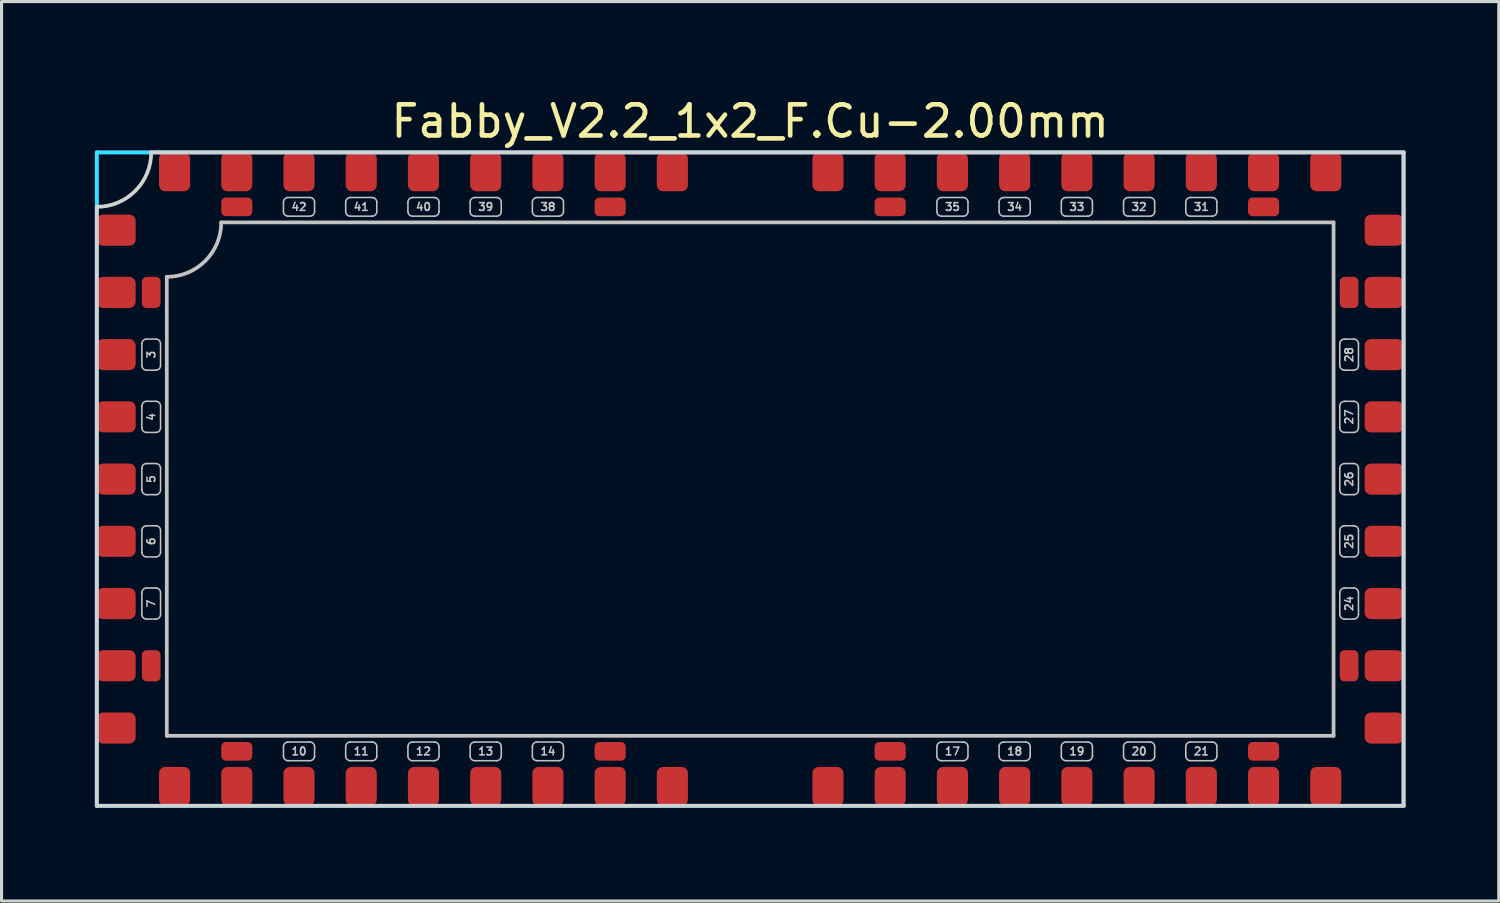
<source format=kicad_pcb>
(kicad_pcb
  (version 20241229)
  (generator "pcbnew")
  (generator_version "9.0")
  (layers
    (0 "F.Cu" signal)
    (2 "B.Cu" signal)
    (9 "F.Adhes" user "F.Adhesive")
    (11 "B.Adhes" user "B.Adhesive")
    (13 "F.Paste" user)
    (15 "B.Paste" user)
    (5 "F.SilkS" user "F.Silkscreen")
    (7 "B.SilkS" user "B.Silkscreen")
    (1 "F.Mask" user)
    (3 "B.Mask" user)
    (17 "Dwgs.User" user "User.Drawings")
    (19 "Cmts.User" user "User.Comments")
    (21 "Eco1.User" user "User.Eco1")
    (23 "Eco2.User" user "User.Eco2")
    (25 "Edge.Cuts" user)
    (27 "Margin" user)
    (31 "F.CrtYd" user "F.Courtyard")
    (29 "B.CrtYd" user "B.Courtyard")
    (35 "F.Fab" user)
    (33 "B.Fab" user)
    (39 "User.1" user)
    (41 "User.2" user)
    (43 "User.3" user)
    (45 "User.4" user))
  (footprint "Fabby_V2.2_1x2_F.Cu-2.00mm"
    (layer "F.Cu")
    (at 21.06 12.348)
    (property "Reference" "Fabby_V2.2_1x2_F.Cu-2.00mm" (at 0 -11.5 0) (layer "F.SilkS") (effects (font (size 1 1) (thickness 0.15))))
    (attr through_hole)
    (fp_line (start -19.55 -3.65) (end -19.55 -4.35) (stroke (width 0.05) (type solid)) (layer "Dwgs.User"))
    (fp_line (start -19.55 -1.65) (end -19.55 -2.35) (stroke (width 0.05) (type solid)) (layer "Dwgs.User"))
    (fp_line (start -19.55 0.35) (end -19.55 -0.35) (stroke (width 0.05) (type solid)) (layer "Dwgs.User"))
    (fp_line (start -19.55 2.35) (end -19.55 1.65) (stroke (width 0.05) (type solid)) (layer "Dwgs.User"))
    (fp_line (start -19.55 4.35) (end -19.55 3.65) (stroke (width 0.05) (type solid)) (layer "Dwgs.User"))
    (fp_line (start -19.4 -4.5) (end -19.1 -4.5) (stroke (width 0.05) (type solid)) (layer "Dwgs.User"))
    (fp_line (start -19.4 -3.5) (end -19.1 -3.5) (stroke (width 0.05) (type solid)) (layer "Dwgs.User"))
    (fp_line (start -19.4 -2.5) (end -19.1 -2.5) (stroke (width 0.05) (type solid)) (layer "Dwgs.User"))
    (fp_line (start -19.4 -1.5) (end -19.1 -1.5) (stroke (width 0.05) (type solid)) (layer "Dwgs.User"))
    (fp_line (start -19.4 -0.5) (end -19.1 -0.5) (stroke (width 0.05) (type solid)) (layer "Dwgs.User"))
    (fp_line (start -19.4 0.5) (end -19.1 0.5) (stroke (width 0.05) (type solid)) (layer "Dwgs.User"))
    (fp_line (start -19.4 1.5) (end -19.1 1.5) (stroke (width 0.05) (type solid)) (layer "Dwgs.User"))
    (fp_line (start -19.4 2.5) (end -19.1 2.5) (stroke (width 0.05) (type solid)) (layer "Dwgs.User"))
    (fp_line (start -19.4 3.5) (end -19.1 3.5) (stroke (width 0.05) (type solid)) (layer "Dwgs.User"))
    (fp_line (start -19.4 4.5) (end -19.1 4.5) (stroke (width 0.05) (type solid)) (layer "Dwgs.User"))
    (fp_line (start -18.95 -3.65) (end -18.95 -4.35) (stroke (width 0.05) (type solid)) (layer "Dwgs.User"))
    (fp_line (start -18.95 -1.65) (end -18.95 -2.35) (stroke (width 0.05) (type solid)) (layer "Dwgs.User"))
    (fp_line (start -18.95 0.35) (end -18.95 -0.35) (stroke (width 0.05) (type solid)) (layer "Dwgs.User"))
    (fp_line (start -18.95 2.35) (end -18.95 1.65) (stroke (width 0.05) (type solid)) (layer "Dwgs.User"))
    (fp_line (start -18.95 4.35) (end -18.95 3.65) (stroke (width 0.05) (type solid)) (layer "Dwgs.User"))
    (fp_line (start -18.75 8.25) (end -18.75 -6.5) (stroke (width 0.12) (type solid)) (layer "Dwgs.User"))
    (fp_line (start -17 -8.25) (end 18.75 -8.25) (stroke (width 0.12) (type solid)) (layer "Dwgs.User"))
    (fp_line (start -15 -8.6) (end -15 -8.9) (stroke (width 0.05) (type solid)) (layer "Dwgs.User"))
    (fp_line (start -15 8.6) (end -15 8.9) (stroke (width 0.05) (type solid)) (layer "Dwgs.User"))
    (fp_line (start -14.85 8.45) (end -14.15 8.45) (stroke (width 0.05) (type solid)) (layer "Dwgs.User"))
    (fp_line (start -14.85 9.05) (end -14.15 9.05) (stroke (width 0.05) (type solid)) (layer "Dwgs.User"))
    (fp_line (start -14.15 -9.05) (end -14.85 -9.05) (stroke (width 0.05) (type solid)) (layer "Dwgs.User"))
    (fp_line (start -14.15 -8.45) (end -14.85 -8.45) (stroke (width 0.05) (type solid)) (layer "Dwgs.User"))
    (fp_line (start -14 -8.6) (end -14 -8.9) (stroke (width 0.05) (type solid)) (layer "Dwgs.User"))
    (fp_line (start -14 8.6) (end -14 8.9) (stroke (width 0.05) (type solid)) (layer "Dwgs.User"))
    (fp_line (start -13 -8.6) (end -13 -8.9) (stroke (width 0.05) (type solid)) (layer "Dwgs.User"))
    (fp_line (start -13 8.6) (end -13 8.9) (stroke (width 0.05) (type solid)) (layer "Dwgs.User"))
    (fp_line (start -12.85 8.45) (end -12.15 8.45) (stroke (width 0.05) (type solid)) (layer "Dwgs.User"))
    (fp_line (start -12.85 9.05) (end -12.15 9.05) (stroke (width 0.05) (type solid)) (layer "Dwgs.User"))
    (fp_line (start -12.15 -9.05) (end -12.85 -9.05) (stroke (width 0.05) (type solid)) (layer "Dwgs.User"))
    (fp_line (start -12.15 -8.45) (end -12.85 -8.45) (stroke (width 0.05) (type solid)) (layer "Dwgs.User"))
    (fp_line (start -12 -8.6) (end -12 -8.9) (stroke (width 0.05) (type solid)) (layer "Dwgs.User"))
    (fp_line (start -12 8.6) (end -12 8.9) (stroke (width 0.05) (type solid)) (layer "Dwgs.User"))
    (fp_line (start -11 -8.6) (end -11 -8.9) (stroke (width 0.05) (type solid)) (layer "Dwgs.User"))
    (fp_line (start -11 8.6) (end -11 8.9) (stroke (width 0.05) (type solid)) (layer "Dwgs.User"))
    (fp_line (start -10.85 8.45) (end -10.15 8.45) (stroke (width 0.05) (type solid)) (layer "Dwgs.User"))
    (fp_line (start -10.85 9.05) (end -10.15 9.05) (stroke (width 0.05) (type solid)) (layer "Dwgs.User"))
    (fp_line (start -10.15 -9.05) (end -10.85 -9.05) (stroke (width 0.05) (type solid)) (layer "Dwgs.User"))
    (fp_line (start -10.15 -8.45) (end -10.85 -8.45) (stroke (width 0.05) (type solid)) (layer "Dwgs.User"))
    (fp_line (start -10 -8.6) (end -10 -8.9) (stroke (width 0.05) (type solid)) (layer "Dwgs.User"))
    (fp_line (start -10 8.6) (end -10 8.9) (stroke (width 0.05) (type solid)) (layer "Dwgs.User"))
    (fp_line (start -9 -8.6) (end -9 -8.9) (stroke (width 0.05) (type solid)) (layer "Dwgs.User"))
    (fp_line (start -9 8.6) (end -9 8.9) (stroke (width 0.05) (type solid)) (layer "Dwgs.User"))
    (fp_line (start -8.85 8.45) (end -8.15 8.45) (stroke (width 0.05) (type solid)) (layer "Dwgs.User"))
    (fp_line (start -8.85 9.05) (end -8.15 9.05) (stroke (width 0.05) (type solid)) (layer "Dwgs.User"))
    (fp_line (start -8.15 -9.05) (end -8.85 -9.05) (stroke (width 0.05) (type solid)) (layer "Dwgs.User"))
    (fp_line (start -8.15 -8.45) (end -8.85 -8.45) (stroke (width 0.05) (type solid)) (layer "Dwgs.User"))
    (fp_line (start -8 -8.6) (end -8 -8.9) (stroke (width 0.05) (type solid)) (layer "Dwgs.User"))
    (fp_line (start -8 8.6) (end -8 8.9) (stroke (width 0.05) (type solid)) (layer "Dwgs.User"))
    (fp_line (start -7 -8.6) (end -7 -8.9) (stroke (width 0.05) (type solid)) (layer "Dwgs.User"))
    (fp_line (start -7 8.6) (end -7 8.9) (stroke (width 0.05) (type solid)) (layer "Dwgs.User"))
    (fp_line (start -6.85 8.45) (end -6.15 8.45) (stroke (width 0.05) (type solid)) (layer "Dwgs.User"))
    (fp_line (start -6.85 9.05) (end -6.15 9.05) (stroke (width 0.05) (type solid)) (layer "Dwgs.User"))
    (fp_line (start -6.15 -9.05) (end -6.85 -9.05) (stroke (width 0.05) (type solid)) (layer "Dwgs.User"))
    (fp_line (start -6.15 -8.45) (end -6.85 -8.45) (stroke (width 0.05) (type solid)) (layer "Dwgs.User"))
    (fp_line (start -6 -8.6) (end -6 -8.9) (stroke (width 0.05) (type solid)) (layer "Dwgs.User"))
    (fp_line (start -6 8.6) (end -6 8.9) (stroke (width 0.05) (type solid)) (layer "Dwgs.User"))
    (fp_line (start 6 -8.6) (end 6 -8.9) (stroke (width 0.05) (type solid)) (layer "Dwgs.User"))
    (fp_line (start 6 8.9) (end 6 8.6) (stroke (width 0.05) (type solid)) (layer "Dwgs.User"))
    (fp_line (start 6.85 -9.05) (end 6.15 -9.05) (stroke (width 0.05) (type solid)) (layer "Dwgs.User"))
    (fp_line (start 6.85 -8.45) (end 6.15 -8.45) (stroke (width 0.05) (type solid)) (layer "Dwgs.User"))
    (fp_line (start 6.85 8.45) (end 6.15 8.45) (stroke (width 0.05) (type solid)) (layer "Dwgs.User"))
    (fp_line (start 6.85 9.05) (end 6.15 9.05) (stroke (width 0.05) (type solid)) (layer "Dwgs.User"))
    (fp_line (start 7 -8.6) (end 7 -8.9) (stroke (width 0.05) (type solid)) (layer "Dwgs.User"))
    (fp_line (start 7 8.9) (end 7 8.6) (stroke (width 0.05) (type solid)) (layer "Dwgs.User"))
    (fp_line (start 8 -8.6) (end 8 -8.9) (stroke (width 0.05) (type solid)) (layer "Dwgs.User"))
    (fp_line (start 8 8.9) (end 8 8.6) (stroke (width 0.05) (type solid)) (layer "Dwgs.User"))
    (fp_line (start 8.85 -9.05) (end 8.15 -9.05) (stroke (width 0.05) (type solid)) (layer "Dwgs.User"))
    (fp_line (start 8.85 -8.45) (end 8.15 -8.45) (stroke (width 0.05) (type solid)) (layer "Dwgs.User"))
    (fp_line (start 8.85 8.45) (end 8.15 8.45) (stroke (width 0.05) (type solid)) (layer "Dwgs.User"))
    (fp_line (start 8.85 9.05) (end 8.15 9.05) (stroke (width 0.05) (type solid)) (layer "Dwgs.User"))
    (fp_line (start 9 -8.6) (end 9 -8.9) (stroke (width 0.05) (type solid)) (layer "Dwgs.User"))
    (fp_line (start 9 8.9) (end 9 8.6) (stroke (width 0.05) (type solid)) (layer "Dwgs.User"))
    (fp_line (start 10 -8.6) (end 10 -8.9) (stroke (width 0.05) (type solid)) (layer "Dwgs.User"))
    (fp_line (start 10 8.9) (end 10 8.6) (stroke (width 0.05) (type solid)) (layer "Dwgs.User"))
    (fp_line (start 10.85 -9.05) (end 10.15 -9.05) (stroke (width 0.05) (type solid)) (layer "Dwgs.User"))
    (fp_line (start 10.85 -8.45) (end 10.15 -8.45) (stroke (width 0.05) (type solid)) (layer "Dwgs.User"))
    (fp_line (start 10.85 8.45) (end 10.15 8.45) (stroke (width 0.05) (type solid)) (layer "Dwgs.User"))
    (fp_line (start 10.85 9.05) (end 10.15 9.05) (stroke (width 0.05) (type solid)) (layer "Dwgs.User"))
    (fp_line (start 11 -8.6) (end 11 -8.9) (stroke (width 0.05) (type solid)) (layer "Dwgs.User"))
    (fp_line (start 11 8.9) (end 11 8.6) (stroke (width 0.05) (type solid)) (layer "Dwgs.User"))
    (fp_line (start 12 -8.6) (end 12 -8.9) (stroke (width 0.05) (type solid)) (layer "Dwgs.User"))
    (fp_line (start 12 8.9) (end 12 8.6) (stroke (width 0.05) (type solid)) (layer "Dwgs.User"))
    (fp_line (start 12.85 -9.05) (end 12.15 -9.05) (stroke (width 0.05) (type solid)) (layer "Dwgs.User"))
    (fp_line (start 12.85 -8.45) (end 12.15 -8.45) (stroke (width 0.05) (type solid)) (layer "Dwgs.User"))
    (fp_line (start 12.85 8.45) (end 12.15 8.45) (stroke (width 0.05) (type solid)) (layer "Dwgs.User"))
    (fp_line (start 12.85 9.05) (end 12.15 9.05) (stroke (width 0.05) (type solid)) (layer "Dwgs.User"))
    (fp_line (start 13 -8.6) (end 13 -8.9) (stroke (width 0.05) (type solid)) (layer "Dwgs.User"))
    (fp_line (start 13 8.9) (end 13 8.6) (stroke (width 0.05) (type solid)) (layer "Dwgs.User"))
    (fp_line (start 14 -8.6) (end 14 -8.9) (stroke (width 0.05) (type solid)) (layer "Dwgs.User"))
    (fp_line (start 14 8.9) (end 14 8.6) (stroke (width 0.05) (type solid)) (layer "Dwgs.User"))
    (fp_line (start 14.85 -9.05) (end 14.15 -9.05) (stroke (width 0.05) (type solid)) (layer "Dwgs.User"))
    (fp_line (start 14.85 -8.45) (end 14.15 -8.45) (stroke (width 0.05) (type solid)) (layer "Dwgs.User"))
    (fp_line (start 14.85 8.45) (end 14.15 8.45) (stroke (width 0.05) (type solid)) (layer "Dwgs.User"))
    (fp_line (start 14.85 9.05) (end 14.15 9.05) (stroke (width 0.05) (type solid)) (layer "Dwgs.User"))
    (fp_line (start 15 -8.6) (end 15 -8.9) (stroke (width 0.05) (type solid)) (layer "Dwgs.User"))
    (fp_line (start 15 8.9) (end 15 8.6) (stroke (width 0.05) (type solid)) (layer "Dwgs.User"))
    (fp_line (start 18.75 -8.25) (end 18.75 8.25) (stroke (width 0.12) (type solid)) (layer "Dwgs.User"))
    (fp_line (start 18.75 8.25) (end -18.75 8.25) (stroke (width 0.12) (type solid)) (layer "Dwgs.User"))
    (fp_line (start 18.95 -4.35) (end 18.95 -3.65) (stroke (width 0.05) (type solid)) (layer "Dwgs.User"))
    (fp_line (start 18.95 -2.35) (end 18.95 -1.65) (stroke (width 0.05) (type solid)) (layer "Dwgs.User"))
    (fp_line (start 18.95 -0.35) (end 18.95 0.35) (stroke (width 0.05) (type solid)) (layer "Dwgs.User"))
    (fp_line (start 18.95 1.65) (end 18.95 2.35) (stroke (width 0.05) (type solid)) (layer "Dwgs.User"))
    (fp_line (start 18.95 3.65) (end 18.95 4.35) (stroke (width 0.05) (type solid)) (layer "Dwgs.User"))
    (fp_line (start 19.4 -4.5) (end 19.1 -4.5) (stroke (width 0.05) (type solid)) (layer "Dwgs.User"))
    (fp_line (start 19.4 -3.5) (end 19.1 -3.5) (stroke (width 0.05) (type solid)) (layer "Dwgs.User"))
    (fp_line (start 19.4 -2.5) (end 19.1 -2.5) (stroke (width 0.05) (type solid)) (layer "Dwgs.User"))
    (fp_line (start 19.4 -1.5) (end 19.1 -1.5) (stroke (width 0.05) (type solid)) (layer "Dwgs.User"))
    (fp_line (start 19.4 -0.5) (end 19.1 -0.5) (stroke (width 0.05) (type solid)) (layer "Dwgs.User"))
    (fp_line (start 19.4 0.5) (end 19.1 0.5) (stroke (width 0.05) (type solid)) (layer "Dwgs.User"))
    (fp_line (start 19.4 1.5) (end 19.1 1.5) (stroke (width 0.05) (type solid)) (layer "Dwgs.User"))
    (fp_line (start 19.4 2.5) (end 19.1 2.5) (stroke (width 0.05) (type solid)) (layer "Dwgs.User"))
    (fp_line (start 19.4 3.5) (end 19.1 3.5) (stroke (width 0.05) (type solid)) (layer "Dwgs.User"))
    (fp_line (start 19.4 4.5) (end 19.1 4.5) (stroke (width 0.05) (type solid)) (layer "Dwgs.User"))
    (fp_line (start 19.55 -4.35) (end 19.55 -3.65) (stroke (width 0.05) (type solid)) (layer "Dwgs.User"))
    (fp_line (start 19.55 -2.35) (end 19.55 -1.65) (stroke (width 0.05) (type solid)) (layer "Dwgs.User"))
    (fp_line (start 19.55 -0.35) (end 19.55 0.35) (stroke (width 0.05) (type solid)) (layer "Dwgs.User"))
    (fp_line (start 19.55 1.65) (end 19.55 2.35) (stroke (width 0.05) (type solid)) (layer "Dwgs.User"))
    (fp_line (start 19.55 3.65) (end 19.55 4.35) (stroke (width 0.05) (type solid)) (layer "Dwgs.User"))
    (fp_arc (start -19.55 -4.35) (mid -19.506066 -4.456066) (end -19.4 -4.5) (stroke (width 0.05) (type solid)) (layer "Dwgs.User"))
    (fp_arc (start -19.55 -2.35) (mid -19.506066 -2.456066) (end -19.4 -2.5) (stroke (width 0.05) (type solid)) (layer "Dwgs.User"))
    (fp_arc (start -19.55 -0.35) (mid -19.506066 -0.456066) (end -19.4 -0.5) (stroke (width 0.05) (type solid)) (layer "Dwgs.User"))
    (fp_arc (start -19.55 1.65) (mid -19.506066 1.543934) (end -19.4 1.5) (stroke (width 0.05) (type solid)) (layer "Dwgs.User"))
    (fp_arc (start -19.55 3.65) (mid -19.506066 3.543934) (end -19.4 3.5) (stroke (width 0.05) (type solid)) (layer "Dwgs.User"))
    (fp_arc (start -19.4 -3.5) (mid -19.506066 -3.543934) (end -19.55 -3.65) (stroke (width 0.05) (type solid)) (layer "Dwgs.User"))
    (fp_arc (start -19.4 -1.5) (mid -19.506066 -1.543934) (end -19.55 -1.65) (stroke (width 0.05) (type solid)) (layer "Dwgs.User"))
    (fp_arc (start -19.4 0.5) (mid -19.506066 0.456066) (end -19.55 0.35) (stroke (width 0.05) (type solid)) (layer "Dwgs.User"))
    (fp_arc (start -19.4 2.5) (mid -19.506066 2.456066) (end -19.55 2.35) (stroke (width 0.05) (type solid)) (layer "Dwgs.User"))
    (fp_arc (start -19.4 4.5) (mid -19.506066 4.456066) (end -19.55 4.35) (stroke (width 0.05) (type solid)) (layer "Dwgs.User"))
    (fp_arc (start -19.1 -4.5) (mid -18.993934 -4.456066) (end -18.95 -4.35) (stroke (width 0.05) (type solid)) (layer "Dwgs.User"))
    (fp_arc (start -19.1 -2.5) (mid -18.993934 -2.456066) (end -18.95 -2.35) (stroke (width 0.05) (type solid)) (layer "Dwgs.User"))
    (fp_arc (start -19.1 -0.5) (mid -18.993934 -0.456066) (end -18.95 -0.35) (stroke (width 0.05) (type solid)) (layer "Dwgs.User"))
    (fp_arc (start -19.1 1.5) (mid -18.993934 1.543934) (end -18.95 1.65) (stroke (width 0.05) (type solid)) (layer "Dwgs.User"))
    (fp_arc (start -19.1 3.5) (mid -18.993934 3.543934) (end -18.95 3.65) (stroke (width 0.05) (type solid)) (layer "Dwgs.User"))
    (fp_arc (start -18.95 -3.65) (mid -18.993934 -3.543934) (end -19.1 -3.5) (stroke (width 0.05) (type solid)) (layer "Dwgs.User"))
    (fp_arc (start -18.95 -1.65) (mid -18.993934 -1.543934) (end -19.1 -1.5) (stroke (width 0.05) (type solid)) (layer "Dwgs.User"))
    (fp_arc (start -18.95 0.35) (mid -18.993934 0.456066) (end -19.1 0.5) (stroke (width 0.05) (type solid)) (layer "Dwgs.User"))
    (fp_arc (start -18.95 2.35) (mid -18.993934 2.456066) (end -19.1 2.5) (stroke (width 0.05) (type solid)) (layer "Dwgs.User"))
    (fp_arc (start -18.95 4.35) (mid -18.993934 4.456066) (end -19.1 4.5) (stroke (width 0.05) (type solid)) (layer "Dwgs.User"))
    (fp_arc (start -17 -8.25) (mid -17.512563 -7.012563) (end -18.75 -6.5) (stroke (width 0.12) (type solid)) (layer "Dwgs.User"))
    (fp_arc (start -15 -8.9) (mid -14.956066 -9.006066) (end -14.85 -9.05) (stroke (width 0.05) (type solid)) (layer "Dwgs.User"))
    (fp_arc (start -15 8.6) (mid -14.956066 8.493934) (end -14.85 8.45) (stroke (width 0.05) (type solid)) (layer "Dwgs.User"))
    (fp_arc (start -14.85 -8.45) (mid -14.956066 -8.493934) (end -15 -8.6) (stroke (width 0.05) (type solid)) (layer "Dwgs.User"))
    (fp_arc (start -14.85 9.05) (mid -14.956066 9.006066) (end -15 8.9) (stroke (width 0.05) (type solid)) (layer "Dwgs.User"))
    (fp_arc (start -14.15 -9.05) (mid -14.043934 -9.006066) (end -14 -8.9) (stroke (width 0.05) (type solid)) (layer "Dwgs.User"))
    (fp_arc (start -14.15 8.45) (mid -14.043934 8.493934) (end -14 8.6) (stroke (width 0.05) (type solid)) (layer "Dwgs.User"))
    (fp_arc (start -14 -8.6) (mid -14.043934 -8.493934) (end -14.15 -8.45) (stroke (width 0.05) (type solid)) (layer "Dwgs.User"))
    (fp_arc (start -14 8.9) (mid -14.043934 9.006066) (end -14.15 9.05) (stroke (width 0.05) (type solid)) (layer "Dwgs.User"))
    (fp_arc (start -13 -8.9) (mid -12.956066 -9.006066) (end -12.85 -9.05) (stroke (width 0.05) (type solid)) (layer "Dwgs.User"))
    (fp_arc (start -13 8.6) (mid -12.956066 8.493934) (end -12.85 8.45) (stroke (width 0.05) (type solid)) (layer "Dwgs.User"))
    (fp_arc (start -12.85 -8.45) (mid -12.956066 -8.493934) (end -13 -8.6) (stroke (width 0.05) (type solid)) (layer "Dwgs.User"))
    (fp_arc (start -12.85 9.05) (mid -12.956066 9.006066) (end -13 8.9) (stroke (width 0.05) (type solid)) (layer "Dwgs.User"))
    (fp_arc (start -12.15 -9.05) (mid -12.043934 -9.006066) (end -12 -8.9) (stroke (width 0.05) (type solid)) (layer "Dwgs.User"))
    (fp_arc (start -12.15 8.45) (mid -12.043934 8.493934) (end -12 8.6) (stroke (width 0.05) (type solid)) (layer "Dwgs.User"))
    (fp_arc (start -12 -8.6) (mid -12.043934 -8.493934) (end -12.15 -8.45) (stroke (width 0.05) (type solid)) (layer "Dwgs.User"))
    (fp_arc (start -12 8.9) (mid -12.043934 9.006066) (end -12.15 9.05) (stroke (width 0.05) (type solid)) (layer "Dwgs.User"))
    (fp_arc (start -11 -8.9) (mid -10.956066 -9.006066) (end -10.85 -9.05) (stroke (width 0.05) (type solid)) (layer "Dwgs.User"))
    (fp_arc (start -11 8.6) (mid -10.956066 8.493934) (end -10.85 8.45) (stroke (width 0.05) (type solid)) (layer "Dwgs.User"))
    (fp_arc (start -10.85 -8.45) (mid -10.956066 -8.493934) (end -11 -8.6) (stroke (width 0.05) (type solid)) (layer "Dwgs.User"))
    (fp_arc (start -10.85 9.05) (mid -10.956066 9.006066) (end -11 8.9) (stroke (width 0.05) (type solid)) (layer "Dwgs.User"))
    (fp_arc (start -10.15 -9.05) (mid -10.043934 -9.006066) (end -10 -8.9) (stroke (width 0.05) (type solid)) (layer "Dwgs.User"))
    (fp_arc (start -10.15 8.45) (mid -10.043934 8.493934) (end -10 8.6) (stroke (width 0.05) (type solid)) (layer "Dwgs.User"))
    (fp_arc (start -10 -8.6) (mid -10.043934 -8.493934) (end -10.15 -8.45) (stroke (width 0.05) (type solid)) (layer "Dwgs.User"))
    (fp_arc (start -10 8.9) (mid -10.043934 9.006066) (end -10.15 9.05) (stroke (width 0.05) (type solid)) (layer "Dwgs.User"))
    (fp_arc (start -9 -8.9) (mid -8.956066 -9.006066) (end -8.85 -9.05) (stroke (width 0.05) (type solid)) (layer "Dwgs.User"))
    (fp_arc (start -9 8.6) (mid -8.956066 8.493934) (end -8.85 8.45) (stroke (width 0.05) (type solid)) (layer "Dwgs.User"))
    (fp_arc (start -8.85 -8.45) (mid -8.956066 -8.493934) (end -9 -8.6) (stroke (width 0.05) (type solid)) (layer "Dwgs.User"))
    (fp_arc (start -8.85 9.05) (mid -8.956066 9.006066) (end -9 8.9) (stroke (width 0.05) (type solid)) (layer "Dwgs.User"))
    (fp_arc (start -8.15 -9.05) (mid -8.043934 -9.006066) (end -8 -8.9) (stroke (width 0.05) (type solid)) (layer "Dwgs.User"))
    (fp_arc (start -8.15 8.45) (mid -8.043934 8.493934) (end -8 8.6) (stroke (width 0.05) (type solid)) (layer "Dwgs.User"))
    (fp_arc (start -8 -8.6) (mid -8.043934 -8.493934) (end -8.15 -8.45) (stroke (width 0.05) (type solid)) (layer "Dwgs.User"))
    (fp_arc (start -8 8.9) (mid -8.043934 9.006066) (end -8.15 9.05) (stroke (width 0.05) (type solid)) (layer "Dwgs.User"))
    (fp_arc (start -7 -8.9) (mid -6.956066 -9.006066) (end -6.85 -9.05) (stroke (width 0.05) (type solid)) (layer "Dwgs.User"))
    (fp_arc (start -7 8.6) (mid -6.956066 8.493934) (end -6.85 8.45) (stroke (width 0.05) (type solid)) (layer "Dwgs.User"))
    (fp_arc (start -6.85 -8.45) (mid -6.956066 -8.493934) (end -7 -8.6) (stroke (width 0.05) (type solid)) (layer "Dwgs.User"))
    (fp_arc (start -6.85 9.05) (mid -6.956066 9.006066) (end -7 8.9) (stroke (width 0.05) (type solid)) (layer "Dwgs.User"))
    (fp_arc (start -6.15 -9.05) (mid -6.043934 -9.006066) (end -6 -8.9) (stroke (width 0.05) (type solid)) (layer "Dwgs.User"))
    (fp_arc (start -6.15 8.45) (mid -6.043934 8.493934) (end -6 8.6) (stroke (width 0.05) (type solid)) (layer "Dwgs.User"))
    (fp_arc (start -6 -8.6) (mid -6.043934 -8.493934) (end -6.15 -8.45) (stroke (width 0.05) (type solid)) (layer "Dwgs.User"))
    (fp_arc (start -6 8.9) (mid -6.043934 9.006066) (end -6.15 9.05) (stroke (width 0.05) (type solid)) (layer "Dwgs.User"))
    (fp_arc (start 6 -8.9) (mid 6.043934 -9.006066) (end 6.15 -9.05) (stroke (width 0.05) (type solid)) (layer "Dwgs.User"))
    (fp_arc (start 6 8.6) (mid 6.043934 8.493934) (end 6.15 8.45) (stroke (width 0.05) (type solid)) (layer "Dwgs.User"))
    (fp_arc (start 6.15 -8.45) (mid 6.043934 -8.493934) (end 6 -8.6) (stroke (width 0.05) (type solid)) (layer "Dwgs.User"))
    (fp_arc (start 6.15 9.05) (mid 6.043934 9.006066) (end 6 8.9) (stroke (width 0.05) (type solid)) (layer "Dwgs.User"))
    (fp_arc (start 6.85 -9.05) (mid 6.956066 -9.006066) (end 7 -8.9) (stroke (width 0.05) (type solid)) (layer "Dwgs.User"))
    (fp_arc (start 6.85 8.45) (mid 6.956066 8.493934) (end 7 8.6) (stroke (width 0.05) (type solid)) (layer "Dwgs.User"))
    (fp_arc (start 7 -8.6) (mid 6.956066 -8.493934) (end 6.85 -8.45) (stroke (width 0.05) (type solid)) (layer "Dwgs.User"))
    (fp_arc (start 7 8.9) (mid 6.956066 9.006066) (end 6.85 9.05) (stroke (width 0.05) (type solid)) (layer "Dwgs.User"))
    (fp_arc (start 8 -8.9) (mid 8.043934 -9.006066) (end 8.15 -9.05) (stroke (width 0.05) (type solid)) (layer "Dwgs.User"))
    (fp_arc (start 8 8.6) (mid 8.043934 8.493934) (end 8.15 8.45) (stroke (width 0.05) (type solid)) (layer "Dwgs.User"))
    (fp_arc (start 8.15 -8.45) (mid 8.043934 -8.493934) (end 8 -8.6) (stroke (width 0.05) (type solid)) (layer "Dwgs.User"))
    (fp_arc (start 8.15 9.05) (mid 8.043934 9.006066) (end 8 8.9) (stroke (width 0.05) (type solid)) (layer "Dwgs.User"))
    (fp_arc (start 8.85 -9.05) (mid 8.956066 -9.006066) (end 9 -8.9) (stroke (width 0.05) (type solid)) (layer "Dwgs.User"))
    (fp_arc (start 8.85 8.45) (mid 8.956066 8.493934) (end 9 8.6) (stroke (width 0.05) (type solid)) (layer "Dwgs.User"))
    (fp_arc (start 9 -8.6) (mid 8.956066 -8.493934) (end 8.85 -8.45) (stroke (width 0.05) (type solid)) (layer "Dwgs.User"))
    (fp_arc (start 9 8.9) (mid 8.956066 9.006066) (end 8.85 9.05) (stroke (width 0.05) (type solid)) (layer "Dwgs.User"))
    (fp_arc (start 10 -8.9) (mid 10.043934 -9.006066) (end 10.15 -9.05) (stroke (width 0.05) (type solid)) (layer "Dwgs.User"))
    (fp_arc (start 10 8.6) (mid 10.043934 8.493934) (end 10.15 8.45) (stroke (width 0.05) (type solid)) (layer "Dwgs.User"))
    (fp_arc (start 10.15 -8.45) (mid 10.043934 -8.493934) (end 10 -8.6) (stroke (width 0.05) (type solid)) (layer "Dwgs.User"))
    (fp_arc (start 10.15 9.05) (mid 10.043934 9.006066) (end 10 8.9) (stroke (width 0.05) (type solid)) (layer "Dwgs.User"))
    (fp_arc (start 10.85 -9.05) (mid 10.956066 -9.006066) (end 11 -8.9) (stroke (width 0.05) (type solid)) (layer "Dwgs.User"))
    (fp_arc (start 10.85 8.45) (mid 10.956066 8.493934) (end 11 8.6) (stroke (width 0.05) (type solid)) (layer "Dwgs.User"))
    (fp_arc (start 11 -8.6) (mid 10.956066 -8.493934) (end 10.85 -8.45) (stroke (width 0.05) (type solid)) (layer "Dwgs.User"))
    (fp_arc (start 11 8.9) (mid 10.956066 9.006066) (end 10.85 9.05) (stroke (width 0.05) (type solid)) (layer "Dwgs.User"))
    (fp_arc (start 12 -8.9) (mid 12.043934 -9.006066) (end 12.15 -9.05) (stroke (width 0.05) (type solid)) (layer "Dwgs.User"))
    (fp_arc (start 12 8.6) (mid 12.043934 8.493934) (end 12.15 8.45) (stroke (width 0.05) (type solid)) (layer "Dwgs.User"))
    (fp_arc (start 12.15 -8.45) (mid 12.043934 -8.493934) (end 12 -8.6) (stroke (width 0.05) (type solid)) (layer "Dwgs.User"))
    (fp_arc (start 12.15 9.05) (mid 12.043934 9.006066) (end 12 8.9) (stroke (width 0.05) (type solid)) (layer "Dwgs.User"))
    (fp_arc (start 12.85 -9.05) (mid 12.956066 -9.006066) (end 13 -8.9) (stroke (width 0.05) (type solid)) (layer "Dwgs.User"))
    (fp_arc (start 12.85 8.45) (mid 12.956066 8.493934) (end 13 8.6) (stroke (width 0.05) (type solid)) (layer "Dwgs.User"))
    (fp_arc (start 13 -8.6) (mid 12.956066 -8.493934) (end 12.85 -8.45) (stroke (width 0.05) (type solid)) (layer "Dwgs.User"))
    (fp_arc (start 13 8.9) (mid 12.956066 9.006066) (end 12.85 9.05) (stroke (width 0.05) (type solid)) (layer "Dwgs.User"))
    (fp_arc (start 14 -8.9) (mid 14.043934 -9.006066) (end 14.15 -9.05) (stroke (width 0.05) (type solid)) (layer "Dwgs.User"))
    (fp_arc (start 14 8.6) (mid 14.043934 8.493934) (end 14.15 8.45) (stroke (width 0.05) (type solid)) (layer "Dwgs.User"))
    (fp_arc (start 14.15 -8.45) (mid 14.043934 -8.493934) (end 14 -8.6) (stroke (width 0.05) (type solid)) (layer "Dwgs.User"))
    (fp_arc (start 14.15 9.05) (mid 14.043934 9.006066) (end 14 8.9) (stroke (width 0.05) (type solid)) (layer "Dwgs.User"))
    (fp_arc (start 14.85 -9.05) (mid 14.956066 -9.006066) (end 15 -8.9) (stroke (width 0.05) (type solid)) (layer "Dwgs.User"))
    (fp_arc (start 14.85 8.45) (mid 14.956066 8.493934) (end 15 8.6) (stroke (width 0.05) (type solid)) (layer "Dwgs.User"))
    (fp_arc (start 15 -8.6) (mid 14.956066 -8.493934) (end 14.85 -8.45) (stroke (width 0.05) (type solid)) (layer "Dwgs.User"))
    (fp_arc (start 15 8.9) (mid 14.956066 9.006066) (end 14.85 9.05) (stroke (width 0.05) (type solid)) (layer "Dwgs.User"))
    (fp_arc (start 18.95 -4.35) (mid 18.993934 -4.456066) (end 19.1 -4.5) (stroke (width 0.05) (type solid)) (layer "Dwgs.User"))
    (fp_arc (start 18.95 -2.35) (mid 18.993934 -2.456066) (end 19.1 -2.5) (stroke (width 0.05) (type solid)) (layer "Dwgs.User"))
    (fp_arc (start 18.95 -0.35) (mid 18.993934 -0.456066) (end 19.1 -0.5) (stroke (width 0.05) (type solid)) (layer "Dwgs.User"))
    (fp_arc (start 18.95 1.65) (mid 18.993934 1.543934) (end 19.1 1.5) (stroke (width 0.05) (type solid)) (layer "Dwgs.User"))
    (fp_arc (start 18.95 3.65) (mid 18.993934 3.543934) (end 19.1 3.5) (stroke (width 0.05) (type solid)) (layer "Dwgs.User"))
    (fp_arc (start 19.1 -3.5) (mid 18.993934 -3.543934) (end 18.95 -3.65) (stroke (width 0.05) (type solid)) (layer "Dwgs.User"))
    (fp_arc (start 19.1 -1.5) (mid 18.993934 -1.543934) (end 18.95 -1.65) (stroke (width 0.05) (type solid)) (layer "Dwgs.User"))
    (fp_arc (start 19.1 0.5) (mid 18.993934 0.456066) (end 18.95 0.35) (stroke (width 0.05) (type solid)) (layer "Dwgs.User"))
    (fp_arc (start 19.1 2.5) (mid 18.993934 2.456066) (end 18.95 2.35) (stroke (width 0.05) (type solid)) (layer "Dwgs.User"))
    (fp_arc (start 19.1 4.5) (mid 18.993934 4.456066) (end 18.95 4.35) (stroke (width 0.05) (type solid)) (layer "Dwgs.User"))
    (fp_arc (start 19.4 -4.5) (mid 19.506066 -4.456066) (end 19.55 -4.35) (stroke (width 0.05) (type solid)) (layer "Dwgs.User"))
    (fp_arc (start 19.4 -2.5) (mid 19.506066 -2.456066) (end 19.55 -2.35) (stroke (width 0.05) (type solid)) (layer "Dwgs.User"))
    (fp_arc (start 19.4 -0.5) (mid 19.506066 -0.456066) (end 19.55 -0.35) (stroke (width 0.05) (type solid)) (layer "Dwgs.User"))
    (fp_arc (start 19.4 1.5) (mid 19.506066 1.543934) (end 19.55 1.65) (stroke (width 0.05) (type solid)) (layer "Dwgs.User"))
    (fp_arc (start 19.4 3.5) (mid 19.506066 3.543934) (end 19.55 3.65) (stroke (width 0.05) (type solid)) (layer "Dwgs.User"))
    (fp_arc (start 19.55 -3.65) (mid 19.506066 -3.543934) (end 19.4 -3.5) (stroke (width 0.05) (type solid)) (layer "Dwgs.User"))
    (fp_arc (start 19.55 -1.65) (mid 19.506066 -1.543934) (end 19.4 -1.5) (stroke (width 0.05) (type solid)) (layer "Dwgs.User"))
    (fp_arc (start 19.55 0.35) (mid 19.506066 0.456066) (end 19.4 0.5) (stroke (width 0.05) (type solid)) (layer "Dwgs.User"))
    (fp_arc (start 19.55 2.35) (mid 19.506066 2.456066) (end 19.4 2.5) (stroke (width 0.05) (type solid)) (layer "Dwgs.User"))
    (fp_arc (start 19.55 4.35) (mid 19.506066 4.456066) (end 19.4 4.5) (stroke (width 0.05) (type solid)) (layer "Dwgs.User"))
    (fp_line (start -21 -8.75) (end -21 10.5) (stroke (width 0.12) (type solid)) (layer "Edge.Cuts"))
    (fp_line (start -21 10.5) (end 21 10.5) (stroke (width 0.12) (type solid)) (layer "Edge.Cuts"))
    (fp_line (start -19.25 -10.5) (end 21 -10.5) (stroke (width 0.12) (type solid)) (layer "Edge.Cuts"))
    (fp_line (start 21 -10.5) (end 21 10.5) (stroke (width 0.12) (type solid)) (layer "Edge.Cuts"))
    (fp_arc (start -19.25 -10.5) (mid -19.762563 -9.262563) (end -21 -8.75) (stroke (width 0.12) (type solid)) (layer "Edge.Cuts"))
    (fp_line (start -21 -10.5) (end 21 -10.5) (stroke (width 0.12) (type solid)) (layer "B.CrtYd"))
    (fp_line (start -21 10.5) (end -21 -10.5) (stroke (width 0.12) (type solid)) (layer "B.CrtYd"))
    (fp_line (start -21 10.5) (end 21 10.5) (stroke (width 0.12) (type solid)) (layer "B.CrtYd"))
    (fp_line (start 21 10.5) (end 21 -10.5) (stroke (width 0.12) (type solid)) (layer "B.CrtYd"))
    (fp_line (start -21 -10.5) (end 21 -10.5) (stroke (width 0.12) (type solid)) (layer "F.CrtYd"))
    (fp_line (start -21 10.5) (end -21 -10.5) (stroke (width 0.12) (type solid)) (layer "F.CrtYd"))
    (fp_line (start -21 10.5) (end 21 10.5) (stroke (width 0.12) (type solid)) (layer "F.CrtYd"))
    (fp_line (start 21 10.5) (end 21 -10.5) (stroke (width 0.12) (type solid)) (layer "F.CrtYd"))
    (fp_text user "3" (at -19.25 -4 90) (layer "Dwgs.User") (effects (font (size 0.25 0.25) (thickness 0.05))))
    (fp_text user "33" (at 10.5 -8.75 180) (layer "Dwgs.User") (effects (font (size 0.25 0.25) (thickness 0.05))))
    (fp_text user "27" (at 19.25 -2 270) (layer "Dwgs.User") (effects (font (size 0.25 0.25) (thickness 0.05))))
    (fp_text user "7" (at -19.25 4 90) (layer "Dwgs.User") (effects (font (size 0.25 0.25) (thickness 0.05))))
    (fp_text user "41" (at -12.5 -8.75 180) (layer "Dwgs.User") (effects (font (size 0.25 0.25) (thickness 0.05))))
    (fp_text user "42" (at -14.5 -8.75 180) (layer "Dwgs.User") (effects (font (size 0.25 0.25) (thickness 0.05))))
    (fp_text user "4" (at -19.25 -2 90) (layer "Dwgs.User") (effects (font (size 0.25 0.25) (thickness 0.05))))
    (fp_text user "11" (at -12.5 8.75 0) (layer "Dwgs.User") (effects (font (size 0.25 0.25) (thickness 0.05))))
    (fp_text user "31" (at 14.5 -8.75 180) (layer "Dwgs.User") (effects (font (size 0.25 0.25) (thickness 0.05))))
    (fp_text user "21" (at 14.5 8.75 180) (layer "Dwgs.User") (effects (font (size 0.25 0.25) (thickness 0.05))))
    (fp_text user "35" (at 6.5 -8.75 180) (layer "Dwgs.User") (effects (font (size 0.25 0.25) (thickness 0.05))))
    (fp_text user "19" (at 10.5 8.75 180) (layer "Dwgs.User") (effects (font (size 0.25 0.25) (thickness 0.05))))
    (fp_text user "14" (at -6.5 8.75 0) (layer "Dwgs.User") (effects (font (size 0.25 0.25) (thickness 0.05))))
    (fp_text user "12" (at -10.5 8.75 0) (layer "Dwgs.User") (effects (font (size 0.25 0.25) (thickness 0.05))))
    (fp_text user "39" (at -8.5 -8.75 180) (layer "Dwgs.User") (effects (font (size 0.25 0.25) (thickness 0.05))))
    (fp_text user "6" (at -19.25 2 90) (layer "Dwgs.User") (effects (font (size 0.25 0.25) (thickness 0.05))))
    (fp_text user "26" (at 19.25 0 270) (layer "Dwgs.User") (effects (font (size 0.25 0.25) (thickness 0.05))))
    (fp_text user "25" (at 19.25 2 270) (layer "Dwgs.User") (effects (font (size 0.25 0.25) (thickness 0.05))))
    (fp_text user "5" (at -19.25 0 90) (layer "Dwgs.User") (effects (font (size 0.25 0.25) (thickness 0.05))))
    (fp_text user "20" (at 12.5 8.75 180) (layer "Dwgs.User") (effects (font (size 0.25 0.25) (thickness 0.05))))
    (fp_text user "28" (at 19.25 -4 270) (layer "Dwgs.User") (effects (font (size 0.25 0.25) (thickness 0.05))))
    (fp_text user "18" (at 8.5 8.75 180) (layer "Dwgs.User") (effects (font (size 0.25 0.25) (thickness 0.05))))
    (fp_text user "32" (at 12.5 -8.75 180) (layer "Dwgs.User") (effects (font (size 0.25 0.25) (thickness 0.05))))
    (fp_text user "17" (at 6.5 8.75 180) (layer "Dwgs.User") (effects (font (size 0.25 0.25) (thickness 0.05))))
    (fp_text user "40" (at -10.5 -8.75 180) (layer "Dwgs.User") (effects (font (size 0.25 0.25) (thickness 0.05))))
    (fp_text user "24" (at 19.25 4 270) (layer "Dwgs.User") (effects (font (size 0.25 0.25) (thickness 0.05))))
    (fp_text user "13" (at -8.5 8.75 0) (layer "Dwgs.User") (effects (font (size 0.25 0.25) (thickness 0.05))))
    (fp_text user "10" (at -14.5 8.75 0) (layer "Dwgs.User") (effects (font (size 0.25 0.25) (thickness 0.05))))
    (fp_text user "38" (at -6.5 -8.75 180) (layer "Dwgs.User") (effects (font (size 0.25 0.25) (thickness 0.05))))
    (fp_text user "34" (at 8.5 -8.75 180) (layer "Dwgs.User") (effects (font (size 0.25 0.25) (thickness 0.05))))
    (pad "" smd roundrect (at -20.5 -6 90) (size 1 1.25) (drill (offset 0 0.125)) (layers "F.Cu" "F.Mask" "F.Paste") (roundrect_rratio 0.2))
    (pad "" smd roundrect (at -20.5 6 90) (size 1 1.25) (drill (offset 0 0.125)) (layers "F.Cu" "F.Mask" "F.Paste") (roundrect_rratio 0.2))
    (pad "" smd roundrect (at -16.5 -10) (size 1 1.25) (drill (offset 0 0.125)) (layers "F.Cu" "F.Mask" "F.Paste") (roundrect_rratio 0.2))
    (pad "" smd roundrect (at -16.5 10 180) (size 1 1.25) (drill (offset 0 0.125)) (layers "F.Cu" "F.Mask" "F.Paste") (roundrect_rratio 0.2))
    (pad "" smd roundrect (at -4.5 -10) (size 1 1.25) (drill (offset 0 0.125)) (layers "F.Cu" "F.Mask" "F.Paste") (roundrect_rratio 0.2))
    (pad "" smd roundrect (at -4.5 10 180) (size 1 1.25) (drill (offset 0 0.125)) (layers "F.Cu" "F.Mask" "F.Paste") (roundrect_rratio 0.2))
    (pad "" smd roundrect (at 4.5 -10) (size 1 1.25) (drill (offset 0 0.125)) (layers "F.Cu" "F.Mask" "F.Paste") (roundrect_rratio 0.2))
    (pad "" smd roundrect (at 4.5 10 180) (size 1 1.25) (drill (offset 0 0.125)) (layers "F.Cu" "F.Mask" "F.Paste") (roundrect_rratio 0.2))
    (pad "" smd roundrect (at 16.5 -10) (size 1 1.25) (drill (offset 0 0.125)) (layers "F.Cu" "F.Mask" "F.Paste") (roundrect_rratio 0.2))
    (pad "" smd roundrect (at 16.5 10 180) (size 1 1.25) (drill (offset 0 0.125)) (layers "F.Cu" "F.Mask" "F.Paste") (roundrect_rratio 0.2))
    (pad "" smd roundrect (at 20.5 -6 270) (size 1 1.25) (drill (offset 0 0.125)) (layers "F.Cu" "F.Mask" "F.Paste") (roundrect_rratio 0.2))
    (pad "" smd roundrect (at 20.5 6 270) (size 1 1.25) (drill (offset 0 0.125)) (layers "F.Cu" "F.Mask" "F.Paste") (roundrect_rratio 0.2))
    (pad "1" smd roundrect (at -20.5 -8 90) (size 1 1.25) (drill (offset 0 0.125)) (layers "F.Cu" "F.Mask" "F.Paste") (roundrect_rratio 0.2))
    (pad "1" smd roundrect (at -20.5 8 90) (size 1 1.25) (drill (offset 0 0.125)) (layers "F.Cu" "F.Mask" "F.Paste") (roundrect_rratio 0.2))
    (pad "1" smd roundrect (at -18.5 -10) (size 1 1.25) (drill (offset 0 0.125)) (layers "F.Cu" "F.Mask" "F.Paste") (roundrect_rratio 0.2))
    (pad "1" smd roundrect (at -18.5 10 180) (size 1 1.25) (drill (offset 0 0.125)) (layers "F.Cu" "F.Mask" "F.Paste") (roundrect_rratio 0.2))
    (pad "1" smd roundrect (at -2.5 -10) (size 1 1.25) (drill (offset 0 0.125)) (layers "F.Cu" "F.Mask" "F.Paste") (roundrect_rratio 0.2))
    (pad "1" smd roundrect (at -2.5 10 180) (size 1 1.25) (drill (offset 0 0.125)) (layers "F.Cu" "F.Mask" "F.Paste") (roundrect_rratio 0.2))
    (pad "1" smd roundrect (at 2.5 -10) (size 1 1.25) (drill (offset 0 0.125)) (layers "F.Cu" "F.Mask" "F.Paste") (roundrect_rratio 0.2))
    (pad "1" smd roundrect (at 2.5 10 180) (size 1 1.25) (drill (offset 0 0.125)) (layers "F.Cu" "F.Mask" "F.Paste") (roundrect_rratio 0.2))
    (pad "1" smd roundrect (at 18.5 -10) (size 1 1.25) (drill (offset 0 0.125)) (layers "F.Cu" "F.Mask" "F.Paste") (roundrect_rratio 0.2))
    (pad "1" smd roundrect (at 18.5 10 180) (size 1 1.25) (drill (offset 0 0.125)) (layers "F.Cu" "F.Mask" "F.Paste") (roundrect_rratio 0.2))
    (pad "1" smd roundrect (at 20.5 -8 270) (size 1 1.25) (drill (offset 0 0.125)) (layers "F.Cu" "F.Mask" "F.Paste") (roundrect_rratio 0.2))
    (pad "1" smd roundrect (at 20.5 8 270) (size 1 1.25) (drill (offset 0 0.125)) (layers "F.Cu" "F.Mask" "F.Paste") (roundrect_rratio 0.2))
    (pad "2" smd roundrect (at -19.25 -6) (size 0.6 1) (layers "F.Cu" "F.Mask" "F.Paste") (roundrect_rratio 0.25))
    (pad "3" smd roundrect (at -20.5 -4 90) (size 1 1.25) (drill (offset 0 0.125)) (layers "F.Cu" "F.Mask" "F.Paste") (roundrect_rratio 0.2))
    (pad "4" smd roundrect (at -20.5 -2 90) (size 1 1.25) (drill (offset 0 0.125)) (layers "F.Cu" "F.Mask" "F.Paste") (roundrect_rratio 0.2))
    (pad "5" smd roundrect (at -20.5 0 90) (size 1 1.25) (drill (offset 0 0.125)) (layers "F.Cu" "F.Mask" "F.Paste") (roundrect_rratio 0.2))
    (pad "6" smd roundrect (at -20.5 2 90) (size 1 1.25) (drill (offset 0 0.125)) (layers "F.Cu" "F.Mask" "F.Paste") (roundrect_rratio 0.2))
    (pad "7" smd roundrect (at -20.5 4 90) (size 1 1.25) (drill (offset 0 0.125)) (layers "F.Cu" "F.Mask" "F.Paste") (roundrect_rratio 0.2))
    (pad "8" smd roundrect (at -19.25 6) (size 0.6 1) (layers "F.Cu" "F.Mask" "F.Paste") (roundrect_rratio 0.25))
    (pad "9" smd roundrect (at -16.5 8.75 90) (size 0.6 1) (layers "F.Cu" "F.Mask" "F.Paste") (roundrect_rratio 0.25))
    (pad "10" smd roundrect (at -14.5 10 180) (size 1 1.25) (drill (offset 0 0.125)) (layers "F.Cu" "F.Mask" "F.Paste") (roundrect_rratio 0.2))
    (pad "11" smd roundrect (at -12.5 10 180) (size 1 1.25) (drill (offset 0 0.125)) (layers "F.Cu" "F.Mask" "F.Paste") (roundrect_rratio 0.2))
    (pad "12" smd roundrect (at -10.5 10 180) (size 1 1.25) (drill (offset 0 0.125)) (layers "F.Cu" "F.Mask" "F.Paste") (roundrect_rratio 0.2))
    (pad "13" smd roundrect (at -8.5 10 180) (size 1 1.25) (drill (offset 0 0.125)) (layers "F.Cu" "F.Mask" "F.Paste") (roundrect_rratio 0.2))
    (pad "14" smd roundrect (at -6.5 10 180) (size 1 1.25) (drill (offset 0 0.125)) (layers "F.Cu" "F.Mask" "F.Paste") (roundrect_rratio 0.2))
    (pad "15" smd roundrect (at -4.5 8.75 90) (size 0.6 1) (layers "F.Cu" "F.Mask" "F.Paste") (roundrect_rratio 0.25))
    (pad "16" smd roundrect (at 4.5 8.75 90) (size 0.6 1) (layers "F.Cu" "F.Mask" "F.Paste") (roundrect_rratio 0.25))
    (pad "17" smd roundrect (at 6.5 10 180) (size 1 1.25) (drill (offset 0 0.125)) (layers "F.Cu" "F.Mask" "F.Paste") (roundrect_rratio 0.2))
    (pad "18" smd roundrect (at 8.5 10 180) (size 1 1.25) (drill (offset 0 0.125)) (layers "F.Cu" "F.Mask" "F.Paste") (roundrect_rratio 0.2))
    (pad "19" smd roundrect (at 10.5 10 180) (size 1 1.25) (drill (offset 0 0.125)) (layers "F.Cu" "F.Mask" "F.Paste") (roundrect_rratio 0.2))
    (pad "20" smd roundrect (at 12.5 10 180) (size 1 1.25) (drill (offset 0 0.125)) (layers "F.Cu" "F.Mask" "F.Paste") (roundrect_rratio 0.2))
    (pad "21" smd roundrect (at 14.5 10 180) (size 1 1.25) (drill (offset 0 0.125)) (layers "F.Cu" "F.Mask" "F.Paste") (roundrect_rratio 0.2))
    (pad "22" smd roundrect (at 16.5 8.75 90) (size 0.6 1) (layers "F.Cu" "F.Mask" "F.Paste") (roundrect_rratio 0.25))
    (pad "23" smd roundrect (at 19.25 6 180) (size 0.6 1) (layers "F.Cu" "F.Mask" "F.Paste") (roundrect_rratio 0.25))
    (pad "24" smd roundrect (at 20.5 4 270) (size 1 1.25) (drill (offset 0 0.125)) (layers "F.Cu" "F.Mask" "F.Paste") (roundrect_rratio 0.2))
    (pad "25" smd roundrect (at 20.5 2 270) (size 1 1.25) (drill (offset 0 0.125)) (layers "F.Cu" "F.Mask" "F.Paste") (roundrect_rratio 0.2))
    (pad "26" smd roundrect (at 20.5 0 270) (size 1 1.25) (drill (offset 0 0.125)) (layers "F.Cu" "F.Mask" "F.Paste") (roundrect_rratio 0.2))
    (pad "27" smd roundrect (at 20.5 -2 270) (size 1 1.25) (drill (offset 0 0.125)) (layers "F.Cu" "F.Mask" "F.Paste") (roundrect_rratio 0.2))
    (pad "28" smd roundrect (at 20.5 -4 270) (size 1 1.25) (drill (offset 0 0.125)) (layers "F.Cu" "F.Mask" "F.Paste") (roundrect_rratio 0.2))
    (pad "29" smd roundrect (at 19.25 -6 180) (size 0.6 1) (layers "F.Cu" "F.Mask" "F.Paste") (roundrect_rratio 0.25))
    (pad "30" smd roundrect (at 16.5 -8.75 270) (size 0.6 1) (layers "F.Cu" "F.Mask" "F.Paste") (roundrect_rratio 0.25))
    (pad "31" smd roundrect (at 14.5 -10) (size 1 1.25) (drill (offset 0 0.125)) (layers "F.Cu" "F.Mask" "F.Paste") (roundrect_rratio 0.2))
    (pad "32" smd roundrect (at 12.5 -10) (size 1 1.25) (drill (offset 0 0.125)) (layers "F.Cu" "F.Mask" "F.Paste") (roundrect_rratio 0.2))
    (pad "33" smd roundrect (at 10.5 -10) (size 1 1.25) (drill (offset 0 0.125)) (layers "F.Cu" "F.Mask" "F.Paste") (roundrect_rratio 0.2))
    (pad "34" smd roundrect (at 8.5 -10) (size 1 1.25) (drill (offset 0 0.125)) (layers "F.Cu" "F.Mask" "F.Paste") (roundrect_rratio 0.2))
    (pad "35" smd roundrect (at 6.5 -10) (size 1 1.25) (drill (offset 0 0.125)) (layers "F.Cu" "F.Mask" "F.Paste") (roundrect_rratio 0.2))
    (pad "36" smd roundrect (at 4.5 -8.75 270) (size 0.6 1) (layers "F.Cu" "F.Mask" "F.Paste") (roundrect_rratio 0.25))
    (pad "37" smd roundrect (at -4.5 -8.75 270) (size 0.6 1) (layers "F.Cu" "F.Mask" "F.Paste") (roundrect_rratio 0.25))
    (pad "38" smd roundrect (at -6.5 -10) (size 1 1.25) (drill (offset 0 0.125)) (layers "F.Cu" "F.Mask" "F.Paste") (roundrect_rratio 0.2))
    (pad "39" smd roundrect (at -8.5 -10) (size 1 1.25) (drill (offset 0 0.125)) (layers "F.Cu" "F.Mask" "F.Paste") (roundrect_rratio 0.2))
    (pad "40" smd roundrect (at -10.5 -10) (size 1 1.25) (drill (offset 0 0.125)) (layers "F.Cu" "F.Mask" "F.Paste") (roundrect_rratio 0.2))
    (pad "41" smd roundrect (at -12.5 -10) (size 1 1.25) (drill (offset 0 0.125)) (layers "F.Cu" "F.Mask" "F.Paste") (roundrect_rratio 0.2))
    (pad "42" smd roundrect (at -14.5 -10) (size 1 1.25) (drill (offset 0 0.125)) (layers "F.Cu" "F.Mask" "F.Paste") (roundrect_rratio 0.2))
    (pad "43" smd roundrect (at -16.5 -8.75 270) (size 0.6 1) (layers "F.Cu" "F.Mask" "F.Paste") (roundrect_rratio 0.25)))
  (gr_rect
    (start -3 -3)
    (end 45.12 25.908)
    (stroke (width 0.1) (type default))
    (fill no)
    (layer "Edge.Cuts")))
</source>
